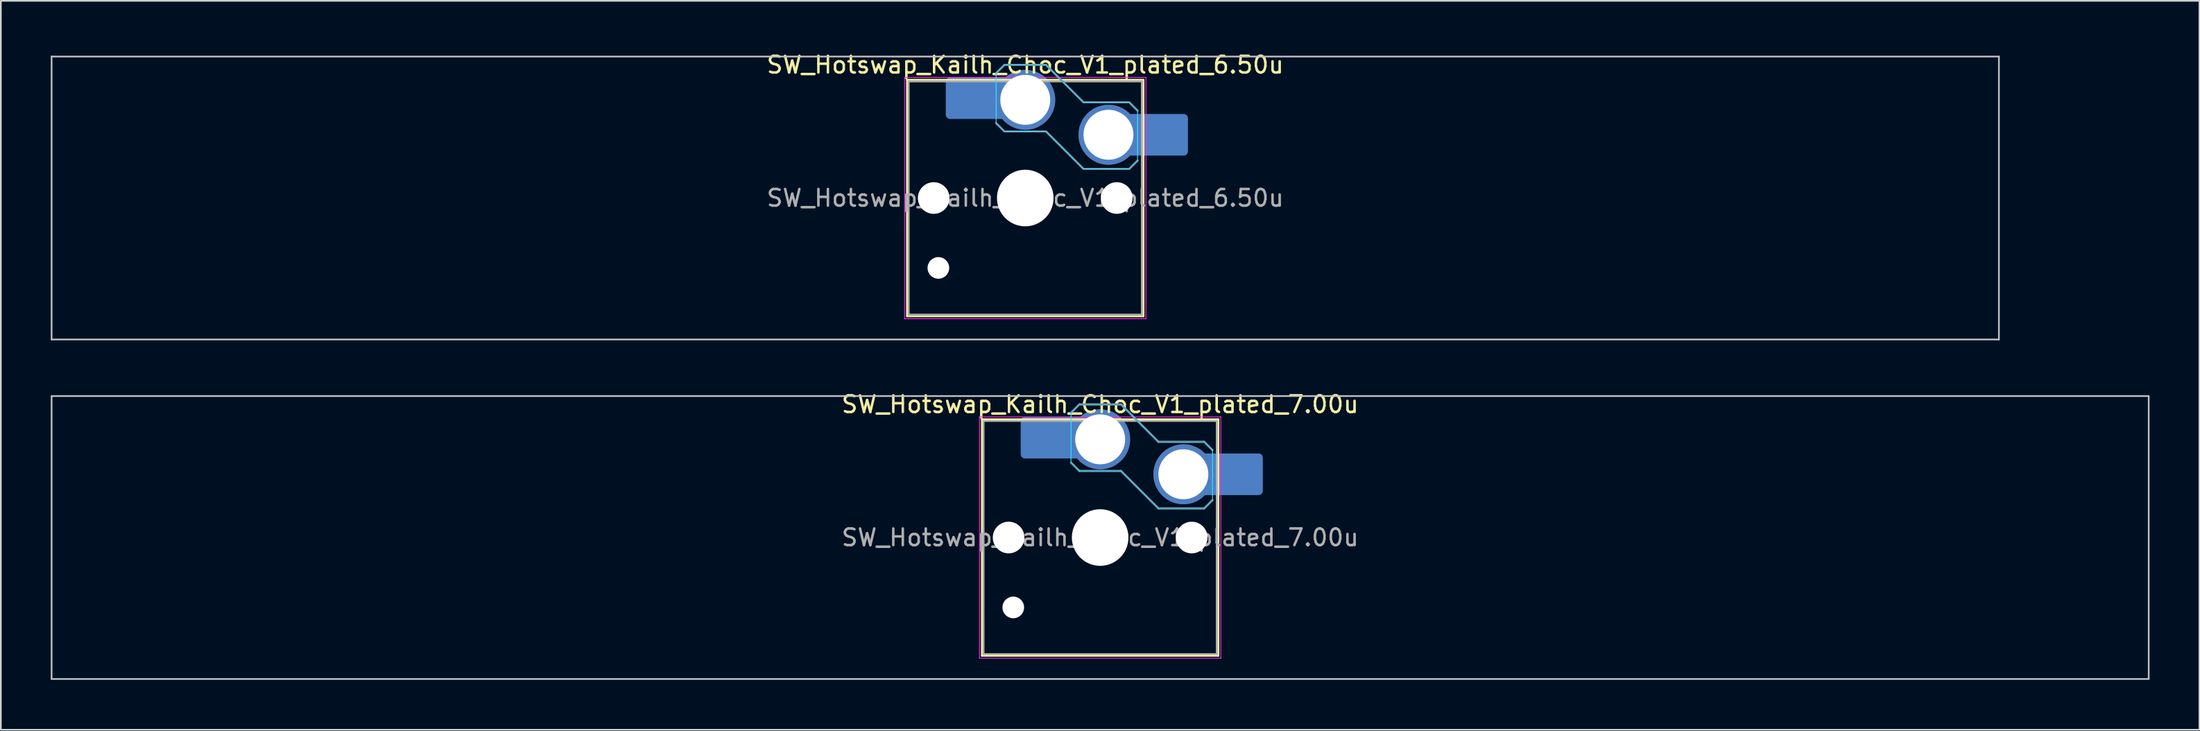
<source format=kicad_pcb>
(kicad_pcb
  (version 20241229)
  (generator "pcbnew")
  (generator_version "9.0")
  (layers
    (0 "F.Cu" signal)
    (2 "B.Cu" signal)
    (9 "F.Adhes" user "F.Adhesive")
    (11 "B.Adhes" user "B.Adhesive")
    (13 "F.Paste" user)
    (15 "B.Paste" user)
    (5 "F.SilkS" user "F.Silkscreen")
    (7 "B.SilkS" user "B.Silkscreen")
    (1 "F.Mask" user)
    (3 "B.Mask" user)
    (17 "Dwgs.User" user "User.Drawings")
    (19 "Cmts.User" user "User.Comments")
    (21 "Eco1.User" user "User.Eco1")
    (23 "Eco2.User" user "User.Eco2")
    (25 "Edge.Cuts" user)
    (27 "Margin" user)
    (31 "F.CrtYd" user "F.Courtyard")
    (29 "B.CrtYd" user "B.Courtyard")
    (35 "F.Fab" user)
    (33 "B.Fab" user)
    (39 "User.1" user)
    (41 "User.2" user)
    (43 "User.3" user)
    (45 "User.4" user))
  (footprint "SW_Hotswap_Kailh_Choc_V1_plated_6.50u"
    (layer "F.Cu")
    (at 58.55 8.848)
    (property "Reference" "SW_Hotswap_Kailh_Choc_V1_plated_6.50u" (at 0 -8 0) (layer "F.SilkS") (effects (font (size 1 1) (thickness 0.15))))
    (attr smd)
    (fp_line (start -7.1 -7.1) (end -7.1 7.1) (stroke (width 0.12) (type solid)) (layer "F.SilkS"))
    (fp_line (start -7.1 7.1) (end 7.1 7.1) (stroke (width 0.12) (type solid)) (layer "F.SilkS"))
    (fp_line (start 7.1 -7.1) (end -7.1 -7.1) (stroke (width 0.12) (type solid)) (layer "F.SilkS"))
    (fp_line (start 7.1 7.1) (end 7.1 -7.1) (stroke (width 0.12) (type solid)) (layer "F.SilkS"))
    (fp_line (start -1.75 -7.5) (end -1.25 -8) (stroke (width 0.12) (type solid)) (layer "B.SilkS"))
    (fp_line (start -1.25 -8) (end 1.25 -8) (stroke (width 0.12) (type solid)) (layer "B.SilkS"))
    (fp_line (start -1.25 -4) (end -1.75 -4.5) (stroke (width 0.12) (type solid)) (layer "B.SilkS"))
    (fp_line (start 1.25 -8) (end 3.5 -5.75) (stroke (width 0.12) (type solid)) (layer "B.SilkS"))
    (fp_line (start 1.25 -4) (end -1.25 -4) (stroke (width 0.12) (type solid)) (layer "B.SilkS"))
    (fp_line (start 3.5 -5.75) (end 6.25 -5.75) (stroke (width 0.12) (type solid)) (layer "B.SilkS"))
    (fp_line (start 3.5 -1.75) (end 1.25 -4) (stroke (width 0.12) (type solid)) (layer "B.SilkS"))
    (fp_line (start 6.25 -5.75) (end 6.75 -5.25) (stroke (width 0.12) (type solid)) (layer "B.SilkS"))
    (fp_line (start 6.25 -1.75) (end 3.5 -1.75) (stroke (width 0.12) (type solid)) (layer "B.SilkS"))
    (fp_line (start 6.75 -2.25) (end 6.25 -1.75) (stroke (width 0.12) (type solid)) (layer "B.SilkS"))
    (fp_line (start -58.5 -8.5) (end -58.5 8.5) (stroke (width 0.1) (type solid)) (layer "Dwgs.User"))
    (fp_line (start -58.5 8.5) (end 58.5 8.5) (stroke (width 0.1) (type solid)) (layer "Dwgs.User"))
    (fp_line (start 58.5 -8.5) (end -58.5 -8.5) (stroke (width 0.1) (type solid)) (layer "Dwgs.User"))
    (fp_line (start 58.5 8.5) (end 58.5 -8.5) (stroke (width 0.1) (type solid)) (layer "Dwgs.User"))
    (fp_line (start -1.75 -7.5) (end -1.25 -8) (stroke (width 0.05) (type solid)) (layer "B.CrtYd"))
    (fp_line (start -1.75 -4.5) (end -1.75 -7.5) (stroke (width 0.05) (type solid)) (layer "B.CrtYd"))
    (fp_line (start -1.25 -8) (end 1.25 -8) (stroke (width 0.05) (type solid)) (layer "B.CrtYd"))
    (fp_line (start -1.25 -4) (end -1.75 -4.5) (stroke (width 0.05) (type solid)) (layer "B.CrtYd"))
    (fp_line (start 1.25 -8) (end 3.5 -5.75) (stroke (width 0.05) (type solid)) (layer "B.CrtYd"))
    (fp_line (start 1.25 -4) (end -1.25 -4) (stroke (width 0.05) (type solid)) (layer "B.CrtYd"))
    (fp_line (start 3.5 -5.75) (end 6.25 -5.75) (stroke (width 0.05) (type solid)) (layer "B.CrtYd"))
    (fp_line (start 3.5 -1.75) (end 1.25 -4) (stroke (width 0.05) (type solid)) (layer "B.CrtYd"))
    (fp_line (start 6.25 -5.75) (end 6.75 -5.25) (stroke (width 0.05) (type solid)) (layer "B.CrtYd"))
    (fp_line (start 6.25 -1.75) (end 3.5 -1.75) (stroke (width 0.05) (type solid)) (layer "B.CrtYd"))
    (fp_line (start 6.75 -5.25) (end 6.75 -2.25) (stroke (width 0.05) (type solid)) (layer "B.CrtYd"))
    (fp_line (start 6.75 -2.25) (end 6.25 -1.75) (stroke (width 0.05) (type solid)) (layer "B.CrtYd"))
    (fp_line (start -7.25 -7.25) (end -7.25 7.25) (stroke (width 0.05) (type solid)) (layer "F.CrtYd"))
    (fp_line (start -7.25 7.25) (end 7.25 7.25) (stroke (width 0.05) (type solid)) (layer "F.CrtYd"))
    (fp_line (start 7.25 -7.25) (end -7.25 -7.25) (stroke (width 0.05) (type solid)) (layer "F.CrtYd"))
    (fp_line (start 7.25 7.25) (end 7.25 -7.25) (stroke (width 0.05) (type solid)) (layer "F.CrtYd"))
    (fp_line (start -1.75 -7.5) (end -1.25 -8) (stroke (width 0.1) (type solid)) (layer "B.Fab"))
    (fp_line (start -1.25 -8) (end 1.25 -8) (stroke (width 0.1) (type solid)) (layer "B.Fab"))
    (fp_line (start -1.25 -4) (end -1.75 -4.5) (stroke (width 0.1) (type solid)) (layer "B.Fab"))
    (fp_line (start 1.25 -8) (end 3.5 -5.75) (stroke (width 0.1) (type solid)) (layer "B.Fab"))
    (fp_line (start 1.25 -4) (end -1.25 -4) (stroke (width 0.1) (type solid)) (layer "B.Fab"))
    (fp_line (start 3.5 -5.75) (end 6.25 -5.75) (stroke (width 0.1) (type solid)) (layer "B.Fab"))
    (fp_line (start 3.5 -1.75) (end 1.25 -4) (stroke (width 0.1) (type solid)) (layer "B.Fab"))
    (fp_line (start 6.25 -5.75) (end 6.75 -5.25) (stroke (width 0.1) (type solid)) (layer "B.Fab"))
    (fp_line (start 6.25 -1.75) (end 3.5 -1.75) (stroke (width 0.1) (type solid)) (layer "B.Fab"))
    (fp_line (start 6.75 -2.25) (end 6.25 -1.75) (stroke (width 0.1) (type solid)) (layer "B.Fab"))
    (fp_line (start -7 -7) (end -7 7) (stroke (width 0.1) (type solid)) (layer "F.Fab"))
    (fp_line (start -7 7) (end 7 7) (stroke (width 0.1) (type solid)) (layer "F.Fab"))
    (fp_line (start 7 -7) (end -7 -7) (stroke (width 0.1) (type solid)) (layer "F.Fab"))
    (fp_line (start 7 7) (end 7 -7) (stroke (width 0.1) (type solid)) (layer "F.Fab"))
    (fp_text user "${REFERENCE}" (at 0 0 0) (layer "F.Fab") (effects (font (size 1 1) (thickness 0.15))))
    (pad "" np_thru_hole circle (at -5.5 0) (size 1.9 1.9) (drill 1.9) (layers "*.Cu" "*.Mask"))
    (pad "" np_thru_hole circle (at -5.22 4.2) (size 1.3 1.3) (drill 1.3) (layers "*.Cu" "*.Mask"))
    (pad "" smd roundrect (at -3.5 -6) (size 2.55 2.5) (layers "B.Mask" "B.Paste") (roundrect_rratio 0.1))
    (pad "" np_thru_hole circle (at 0 0) (size 3.4 3.4) (drill 3.4) (layers "*.Cu" "*.Mask"))
    (pad "" np_thru_hole circle (at 5.5 0) (size 1.9 1.9) (drill 1.9) (layers "*.Cu" "*.Mask"))
    (pad "" smd roundrect (at 8.5 -3.8) (size 2.55 2.5) (layers "B.Mask" "B.Paste") (roundrect_rratio 0.1))
    (pad "1" smd roundrect (at -2.85 -6) (size 3.85 2.5) (layers "B.Cu") (roundrect_rratio 0.1))
    (pad "1" thru_hole circle (at 0 -5.9) (size 3.6 3.6) (drill 3) (layers "*.Cu" "B.Mask"))
    (pad "2" thru_hole circle (at 5 -3.8) (size 3.6 3.6) (drill 3) (layers "*.Cu" "B.Mask"))
    (pad "2" smd roundrect (at 7.85 -3.8) (size 3.85 2.5) (layers "B.Cu") (roundrect_rratio 0.1)))
  (footprint "SW_Hotswap_Kailh_Choc_V1_plated_7.00u"
    (layer "F.Cu")
    (at 63.05 29.247)
    (property "Reference" "SW_Hotswap_Kailh_Choc_V1_plated_7.00u" (at 0 -8 0) (layer "F.SilkS") (effects (font (size 1 1) (thickness 0.15))))
    (attr smd)
    (fp_line (start -7.1 -7.1) (end -7.1 7.1) (stroke (width 0.12) (type solid)) (layer "F.SilkS"))
    (fp_line (start -7.1 7.1) (end 7.1 7.1) (stroke (width 0.12) (type solid)) (layer "F.SilkS"))
    (fp_line (start 7.1 -7.1) (end -7.1 -7.1) (stroke (width 0.12) (type solid)) (layer "F.SilkS"))
    (fp_line (start 7.1 7.1) (end 7.1 -7.1) (stroke (width 0.12) (type solid)) (layer "F.SilkS"))
    (fp_line (start -1.75 -7.5) (end -1.25 -8) (stroke (width 0.12) (type solid)) (layer "B.SilkS"))
    (fp_line (start -1.25 -8) (end 1.25 -8) (stroke (width 0.12) (type solid)) (layer "B.SilkS"))
    (fp_line (start -1.25 -4) (end -1.75 -4.5) (stroke (width 0.12) (type solid)) (layer "B.SilkS"))
    (fp_line (start 1.25 -8) (end 3.5 -5.75) (stroke (width 0.12) (type solid)) (layer "B.SilkS"))
    (fp_line (start 1.25 -4) (end -1.25 -4) (stroke (width 0.12) (type solid)) (layer "B.SilkS"))
    (fp_line (start 3.5 -5.75) (end 6.25 -5.75) (stroke (width 0.12) (type solid)) (layer "B.SilkS"))
    (fp_line (start 3.5 -1.75) (end 1.25 -4) (stroke (width 0.12) (type solid)) (layer "B.SilkS"))
    (fp_line (start 6.25 -5.75) (end 6.75 -5.25) (stroke (width 0.12) (type solid)) (layer "B.SilkS"))
    (fp_line (start 6.25 -1.75) (end 3.5 -1.75) (stroke (width 0.12) (type solid)) (layer "B.SilkS"))
    (fp_line (start 6.75 -2.25) (end 6.25 -1.75) (stroke (width 0.12) (type solid)) (layer "B.SilkS"))
    (fp_line (start -63 -8.5) (end -63 8.5) (stroke (width 0.1) (type solid)) (layer "Dwgs.User"))
    (fp_line (start -63 8.5) (end 63 8.5) (stroke (width 0.1) (type solid)) (layer "Dwgs.User"))
    (fp_line (start 63 -8.5) (end -63 -8.5) (stroke (width 0.1) (type solid)) (layer "Dwgs.User"))
    (fp_line (start 63 8.5) (end 63 -8.5) (stroke (width 0.1) (type solid)) (layer "Dwgs.User"))
    (fp_line (start -1.75 -7.5) (end -1.25 -8) (stroke (width 0.05) (type solid)) (layer "B.CrtYd"))
    (fp_line (start -1.75 -4.5) (end -1.75 -7.5) (stroke (width 0.05) (type solid)) (layer "B.CrtYd"))
    (fp_line (start -1.25 -8) (end 1.25 -8) (stroke (width 0.05) (type solid)) (layer "B.CrtYd"))
    (fp_line (start -1.25 -4) (end -1.75 -4.5) (stroke (width 0.05) (type solid)) (layer "B.CrtYd"))
    (fp_line (start 1.25 -8) (end 3.5 -5.75) (stroke (width 0.05) (type solid)) (layer "B.CrtYd"))
    (fp_line (start 1.25 -4) (end -1.25 -4) (stroke (width 0.05) (type solid)) (layer "B.CrtYd"))
    (fp_line (start 3.5 -5.75) (end 6.25 -5.75) (stroke (width 0.05) (type solid)) (layer "B.CrtYd"))
    (fp_line (start 3.5 -1.75) (end 1.25 -4) (stroke (width 0.05) (type solid)) (layer "B.CrtYd"))
    (fp_line (start 6.25 -5.75) (end 6.75 -5.25) (stroke (width 0.05) (type solid)) (layer "B.CrtYd"))
    (fp_line (start 6.25 -1.75) (end 3.5 -1.75) (stroke (width 0.05) (type solid)) (layer "B.CrtYd"))
    (fp_line (start 6.75 -5.25) (end 6.75 -2.25) (stroke (width 0.05) (type solid)) (layer "B.CrtYd"))
    (fp_line (start 6.75 -2.25) (end 6.25 -1.75) (stroke (width 0.05) (type solid)) (layer "B.CrtYd"))
    (fp_line (start -7.25 -7.25) (end -7.25 7.25) (stroke (width 0.05) (type solid)) (layer "F.CrtYd"))
    (fp_line (start -7.25 7.25) (end 7.25 7.25) (stroke (width 0.05) (type solid)) (layer "F.CrtYd"))
    (fp_line (start 7.25 -7.25) (end -7.25 -7.25) (stroke (width 0.05) (type solid)) (layer "F.CrtYd"))
    (fp_line (start 7.25 7.25) (end 7.25 -7.25) (stroke (width 0.05) (type solid)) (layer "F.CrtYd"))
    (fp_line (start -1.75 -7.5) (end -1.25 -8) (stroke (width 0.1) (type solid)) (layer "B.Fab"))
    (fp_line (start -1.25 -8) (end 1.25 -8) (stroke (width 0.1) (type solid)) (layer "B.Fab"))
    (fp_line (start -1.25 -4) (end -1.75 -4.5) (stroke (width 0.1) (type solid)) (layer "B.Fab"))
    (fp_line (start 1.25 -8) (end 3.5 -5.75) (stroke (width 0.1) (type solid)) (layer "B.Fab"))
    (fp_line (start 1.25 -4) (end -1.25 -4) (stroke (width 0.1) (type solid)) (layer "B.Fab"))
    (fp_line (start 3.5 -5.75) (end 6.25 -5.75) (stroke (width 0.1) (type solid)) (layer "B.Fab"))
    (fp_line (start 3.5 -1.75) (end 1.25 -4) (stroke (width 0.1) (type solid)) (layer "B.Fab"))
    (fp_line (start 6.25 -5.75) (end 6.75 -5.25) (stroke (width 0.1) (type solid)) (layer "B.Fab"))
    (fp_line (start 6.25 -1.75) (end 3.5 -1.75) (stroke (width 0.1) (type solid)) (layer "B.Fab"))
    (fp_line (start 6.75 -2.25) (end 6.25 -1.75) (stroke (width 0.1) (type solid)) (layer "B.Fab"))
    (fp_line (start -7 -7) (end -7 7) (stroke (width 0.1) (type solid)) (layer "F.Fab"))
    (fp_line (start -7 7) (end 7 7) (stroke (width 0.1) (type solid)) (layer "F.Fab"))
    (fp_line (start 7 -7) (end -7 -7) (stroke (width 0.1) (type solid)) (layer "F.Fab"))
    (fp_line (start 7 7) (end 7 -7) (stroke (width 0.1) (type solid)) (layer "F.Fab"))
    (fp_text user "${REFERENCE}" (at 0 0 0) (layer "F.Fab") (effects (font (size 1 1) (thickness 0.15))))
    (pad "" np_thru_hole circle (at -5.5 0) (size 1.9 1.9) (drill 1.9) (layers "*.Cu" "*.Mask"))
    (pad "" np_thru_hole circle (at -5.22 4.2) (size 1.3 1.3) (drill 1.3) (layers "*.Cu" "*.Mask"))
    (pad "" smd roundrect (at -3.5 -6) (size 2.55 2.5) (layers "B.Mask" "B.Paste") (roundrect_rratio 0.1))
    (pad "" np_thru_hole circle (at 0 0) (size 3.4 3.4) (drill 3.4) (layers "*.Cu" "*.Mask"))
    (pad "" np_thru_hole circle (at 5.5 0) (size 1.9 1.9) (drill 1.9) (layers "*.Cu" "*.Mask"))
    (pad "" smd roundrect (at 8.5 -3.8) (size 2.55 2.5) (layers "B.Mask" "B.Paste") (roundrect_rratio 0.1))
    (pad "1" smd roundrect (at -2.85 -6) (size 3.85 2.5) (layers "B.Cu") (roundrect_rratio 0.1))
    (pad "1" thru_hole circle (at 0 -5.9) (size 3.6 3.6) (drill 3) (layers "*.Cu" "B.Mask"))
    (pad "2" thru_hole circle (at 5 -3.8) (size 3.6 3.6) (drill 3) (layers "*.Cu" "B.Mask"))
    (pad "2" smd roundrect (at 7.85 -3.8) (size 3.85 2.5) (layers "B.Cu") (roundrect_rratio 0.1)))
  (gr_rect
    (start -3 -3)
    (end 129.1 40.797)
    (stroke (width 0.1) (type default))
    (fill no)
    (layer "Edge.Cuts")))
</source>
